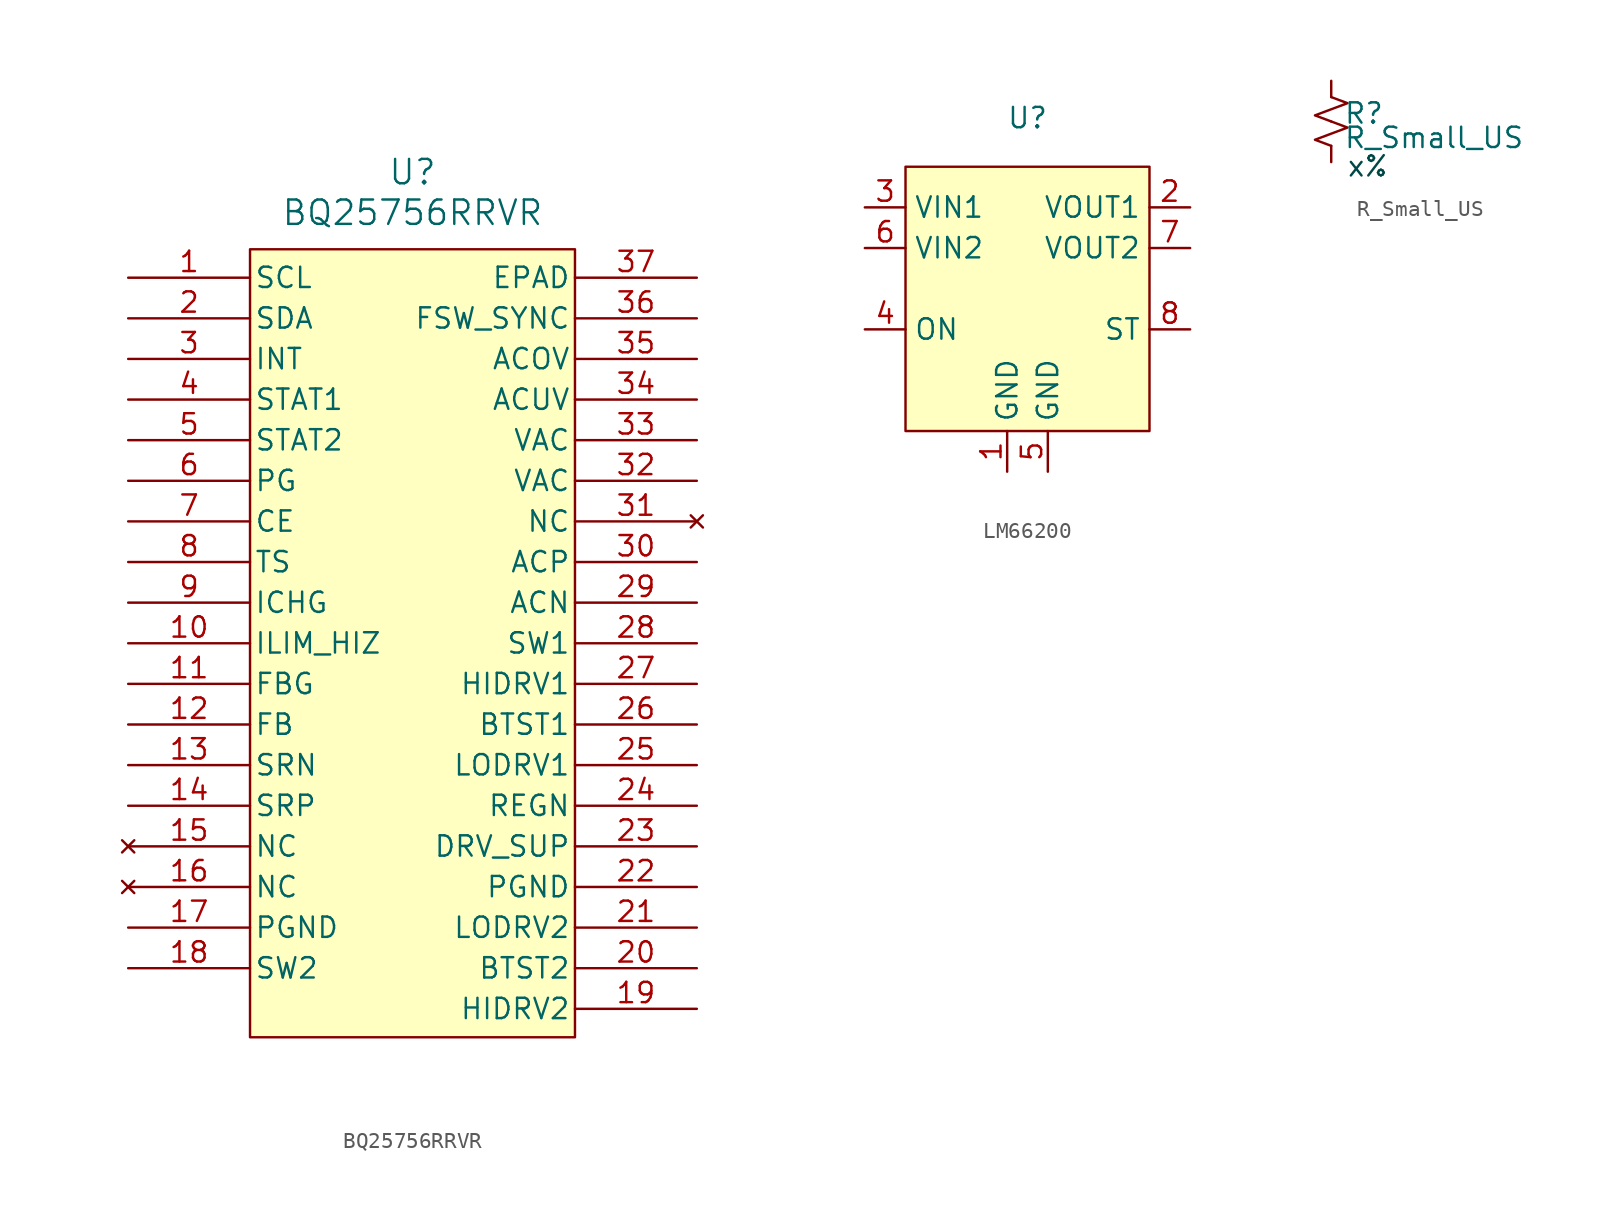
<source format=kicad_sym>
(kicad_symbol_lib
  (version 20241209)
  (generator "kicad_symbol_editor")
  (generator_version "9.0")
  (symbol "BQ25756RRVR"
    (pin_names
      (offset 0.254))
    (property "Reference" "U"
      (at 0 28.194 0)
      (effects (font (size 1.524 1.524))))
    (property "Value" "BQ25756RRVR"
      (at 0 25.654 0)
      (effects (font (size 1.524 1.524))))
    (property "ki_locked" ""
      (at 0 0 0)
      (effects (font (size 1.27 1.27))))
    (symbol "BQ25756RRVR_0_1"
      (pin input line (at -17.78 21.59 0) (length 7.62) (name "SCL" (effects (font (size 1.27 1.27)))) (number "1" (effects (font (size 1.27 1.27)))))
      (pin bidirectional line (at -17.78 19.05 0) (length 7.62) (name "SDA" (effects (font (size 1.27 1.27)))) (number "2" (effects (font (size 1.27 1.27)))))
      (pin output line (at -17.78 16.51 0) (length 7.62) (name "INT" (effects (font (size 1.27 1.27)))) (number "3" (effects (font (size 1.27 1.27)))))
      (pin output line (at -17.78 13.97 0) (length 7.62) (name "STAT1" (effects (font (size 1.27 1.27)))) (number "4" (effects (font (size 1.27 1.27)))))
      (pin output line (at -17.78 11.43 0) (length 7.62) (name "STAT2" (effects (font (size 1.27 1.27)))) (number "5" (effects (font (size 1.27 1.27)))))
      (pin output line (at -17.78 8.89 0) (length 7.62) (name "PG" (effects (font (size 1.27 1.27)))) (number "6" (effects (font (size 1.27 1.27)))))
      (pin bidirectional line (at -17.78 6.35 0) (length 7.62) (name "CE" (effects (font (size 1.27 1.27)))) (number "7" (effects (font (size 1.27 1.27)))))
      (pin input line (at -17.78 3.81 0) (length 7.62) (name "TS" (effects (font (size 1.27 1.27)))) (number "8" (effects (font (size 1.27 1.27)))))
      (pin input line (at -17.78 1.27 0) (length 7.62) (name "ICHG" (effects (font (size 1.27 1.27)))) (number "9" (effects (font (size 1.27 1.27)))))
      (pin input line (at -17.78 -1.27 0) (length 7.62) (name "ILIM_HIZ" (effects (font (size 1.27 1.27)))) (number "10" (effects (font (size 1.27 1.27)))))
      (pin input line (at -17.78 -3.81 0) (length 7.62) (name "FBG" (effects (font (size 1.27 1.27)))) (number "11" (effects (font (size 1.27 1.27)))))
      (pin input line (at -17.78 -6.35 0) (length 7.62) (name "FB" (effects (font (size 1.27 1.27)))) (number "12" (effects (font (size 1.27 1.27)))))
      (pin input line (at -17.78 -8.89 0) (length 7.62) (name "SRN" (effects (font (size 1.27 1.27)))) (number "13" (effects (font (size 1.27 1.27)))))
      (pin input line (at -17.78 -11.43 0) (length 7.62) (name "SRP" (effects (font (size 1.27 1.27)))) (number "14" (effects (font (size 1.27 1.27)))))
      (pin no_connect line (at -17.78 -13.97 0) (length 7.62) (name "NC" (effects (font (size 1.27 1.27)))) (number "15" (effects (font (size 1.27 1.27)))))
      (pin no_connect line (at -17.78 -16.51 0) (length 7.62) (name "NC" (effects (font (size 1.27 1.27)))) (number "16" (effects (font (size 1.27 1.27)))))
      (pin power_out line (at -17.78 -19.05 0) (length 7.62) (name "PGND" (effects (font (size 1.27 1.27)))) (number "17" (effects (font (size 1.27 1.27)))))
      (pin power_in line (at -17.78 -21.59 0) (length 7.62) (name "SW2" (effects (font (size 1.27 1.27)))) (number "18" (effects (font (size 1.27 1.27)))))
      (pin power_out line (at 17.78 21.59 180) (length 7.62) (name "EPAD" (effects (font (size 1.27 1.27)))) (number "37" (effects (font (size 1.27 1.27)))))
      (pin power_in line (at 17.78 19.05 180) (length 7.62) (name "FSW_SYNC" (effects (font (size 1.27 1.27)))) (number "36" (effects (font (size 1.27 1.27)))))
      (pin input line (at 17.78 16.51 180) (length 7.62) (name "ACOV" (effects (font (size 1.27 1.27)))) (number "35" (effects (font (size 1.27 1.27)))))
      (pin input line (at 17.78 13.97 180) (length 7.62) (name "ACUV" (effects (font (size 1.27 1.27)))) (number "34" (effects (font (size 1.27 1.27)))))
      (pin input line (at 17.78 11.43 180) (length 7.62) (name "VAC" (effects (font (size 1.27 1.27)))) (number "33" (effects (font (size 1.27 1.27)))))
      (pin power_in line (at 17.78 8.89 180) (length 7.62) (name "VAC" (effects (font (size 1.27 1.27)))) (number "32" (effects (font (size 1.27 1.27)))))
      (pin no_connect line (at 17.78 6.35 180) (length 7.62) (name "NC" (effects (font (size 1.27 1.27)))) (number "31" (effects (font (size 1.27 1.27)))))
      (pin input line (at 17.78 3.81 180) (length 7.62) (name "ACP" (effects (font (size 1.27 1.27)))) (number "30" (effects (font (size 1.27 1.27)))))
      (pin input line (at 17.78 1.27 180) (length 7.62) (name "ACN" (effects (font (size 1.27 1.27)))) (number "29" (effects (font (size 1.27 1.27)))))
      (pin power_in line (at 17.78 -1.27 180) (length 7.62) (name "SW1" (effects (font (size 1.27 1.27)))) (number "28" (effects (font (size 1.27 1.27)))))
      (pin output line (at 17.78 -3.81 180) (length 7.62) (name "HIDRV1" (effects (font (size 1.27 1.27)))) (number "27" (effects (font (size 1.27 1.27)))))
      (pin power_in line (at 17.78 -6.35 180) (length 7.62) (name "BTST1" (effects (font (size 1.27 1.27)))) (number "26" (effects (font (size 1.27 1.27)))))
      (pin output line (at 17.78 -8.89 180) (length 7.62) (name "LODRV1" (effects (font (size 1.27 1.27)))) (number "25" (effects (font (size 1.27 1.27)))))
      (pin power_in line (at 17.78 -11.43 180) (length 7.62) (name "REGN" (effects (font (size 1.27 1.27)))) (number "24" (effects (font (size 1.27 1.27)))))
      (pin power_in line (at 17.78 -13.97 180) (length 7.62) (name "DRV_SUP" (effects (font (size 1.27 1.27)))) (number "23" (effects (font (size 1.27 1.27)))))
      (pin power_in line (at 17.78 -16.51 180) (length 7.62) (name "PGND" (effects (font (size 1.27 1.27)))) (number "22" (effects (font (size 1.27 1.27)))))
      (pin output line (at 17.78 -19.05 180) (length 7.62) (name "LODRV2" (effects (font (size 1.27 1.27)))) (number "21" (effects (font (size 1.27 1.27)))))
      (pin power_in line (at 17.78 -21.59 180) (length 7.62) (name "BTST2" (effects (font (size 1.27 1.27)))) (number "20" (effects (font (size 1.27 1.27)))))
      (pin output line (at 17.78 -24.13 180) (length 7.62) (name "HIDRV2" (effects (font (size 1.27 1.27)))) (number "19" (effects (font (size 1.27 1.27))))))
    (symbol "BQ25756RRVR_1_1"
      (rectangle (start -10.16 23.368) (end 10.16 -25.908) (stroke (width 0) (type default)) (fill (type background)))))
  (symbol "LM66200"
    (property "Reference" "U"
      (at 0 10.668 0)
      (effects (font (size 1.27 1.27))))
    (property "Value" ""
      (at 0 0 0)
      (effects (font (size 1.27 1.27))))
    (symbol "LM66200_0_1"
      (rectangle (start -7.62 7.62) (end 7.62 -8.89) (stroke (width 0) (type default)) (fill (type background))))
    (symbol "LM66200_1_1"
      (pin passive line (at -10.16 5.08 0) (length 2.54) (name "VIN1" (effects (font (size 1.27 1.27)))) (number "3" (effects (font (size 1.27 1.27)))))
      (pin passive line (at -10.16 2.54 0) (length 2.54) (name "VIN2" (effects (font (size 1.27 1.27)))) (number "6" (effects (font (size 1.27 1.27)))))
      (pin passive line (at -10.16 -2.54 0) (length 2.54) (name "ON" (effects (font (size 1.27 1.27)))) (number "4" (effects (font (size 1.27 1.27)))))
      (pin passive line (at -1.27 -11.43 90) (length 2.54) (name "GND" (effects (font (size 1.27 1.27)))) (number "1" (effects (font (size 1.27 1.27)))))
      (pin passive line (at 1.27 -11.43 90) (length 2.54) (name "GND" (effects (font (size 1.27 1.27)))) (number "5" (effects (font (size 1.27 1.27)))))
      (pin passive line (at 10.16 5.08 180) (length 2.54) (name "VOUT1" (effects (font (size 1.27 1.27)))) (number "2" (effects (font (size 1.27 1.27)))))
      (pin passive line (at 10.16 2.54 180) (length 2.54) (name "VOUT2" (effects (font (size 1.27 1.27)))) (number "7" (effects (font (size 1.27 1.27)))))
      (pin passive line (at 10.16 -2.54 180) (length 2.54) (name "ST" (effects (font (size 1.27 1.27)))) (number "8" (effects (font (size 1.27 1.27)))))))
  (symbol "R_Small_US"
    (pin_numbers
      (hide yes))
    (pin_names
      (offset 0.254)
      (hide yes))
    (property "Reference" "R"
      (at 0.762 0.508 0)
      (effects (font (size 1.27 1.27)) (justify left)))
    (property "Value" "R_Small_US"
      (at 0.762 -1.016 0)
      (effects (font (size 1.27 1.27)) (justify left)))
    (property "Tolerance" "x%"
      (at 2.286 -2.794 0)
      (effects (font (size 1.27 1.27) (color 0 72 72 1))))
    (symbol "R_Small_US_1_1"
      (polyline (pts (xy 0 1.524) (xy 1.016 1.143) (xy 0 0.762) (xy -1.016 0.381) (xy 0 0)) (stroke (width 0) (type default)) (fill (type none)))
      (polyline (pts (xy 0 0) (xy 1.016 -0.381) (xy 0 -0.762) (xy -1.016 -1.143) (xy 0 -1.524)) (stroke (width 0) (type default)) (fill (type none)))
      (pin passive line (at 0 2.54 270) (length 1.016) (name "~" (effects (font (size 1.27 1.27)))) (number "1" (effects (font (size 1.27 1.27)))))
      (pin passive line (at 0 -2.54 90) (length 1.016) (name "~" (effects (font (size 1.27 1.27)))) (number "2" (effects (font (size 1.27 1.27))))))))
</source>
